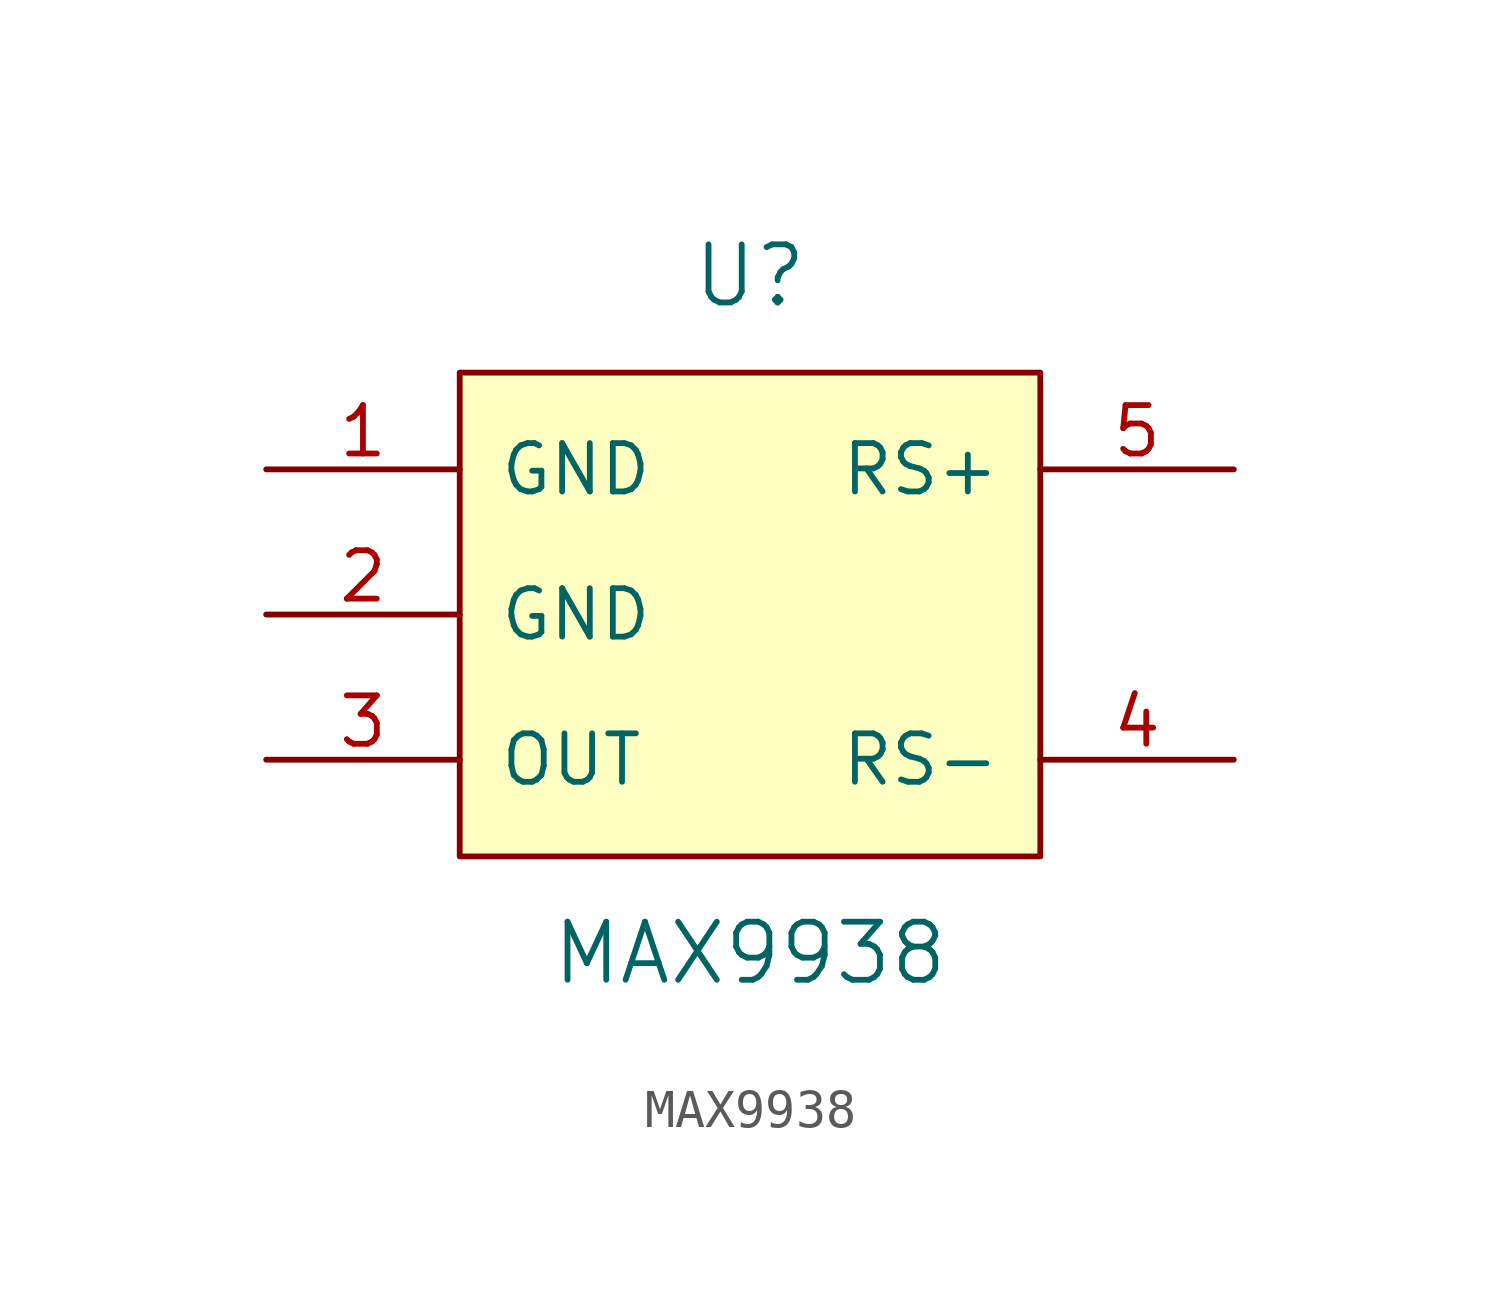
<source format=kicad_sym>
(kicad_symbol_lib
  (version 20241209)
  (generator "kicad_symbol_editor")
  (generator_version "9.0")
  (symbol "MAX9938"
    (pin_names
      (offset 1.016))
    (property "Reference" "U"
      (at 0 8.89 0)
      (effects (font (size 1.524 1.524))))
    (property "Value" "MAX9938"
      (at 0 -8.89 0)
      (effects (font (size 1.524 1.524))))
    (symbol "MAX9938_0_1"
      (rectangle (start -7.62 6.35) (end 7.62 -6.35) (stroke (width 0) (type default)) (fill (type background))))
    (symbol "MAX9938_1_1"
      (pin input line (at -12.7 3.81 0) (length 5.08) (name "GND" (effects (font (size 1.27 1.27)))) (number "1" (effects (font (size 1.27 1.27)))))
      (pin input line (at -12.7 0 0) (length 5.08) (name "GND" (effects (font (size 1.27 1.27)))) (number "2" (effects (font (size 1.27 1.27)))))
      (pin input line (at -12.7 -3.81 0) (length 5.08) (name "OUT" (effects (font (size 1.27 1.27)))) (number "3" (effects (font (size 1.27 1.27)))))
      (pin input line (at 12.7 3.81 180) (length 5.08) (name "RS+" (effects (font (size 1.27 1.27)))) (number "5" (effects (font (size 1.27 1.27)))))
      (pin input line (at 12.7 -3.81 180) (length 5.08) (name "RS-" (effects (font (size 1.27 1.27)))) (number "4" (effects (font (size 1.27 1.27))))))))
</source>
